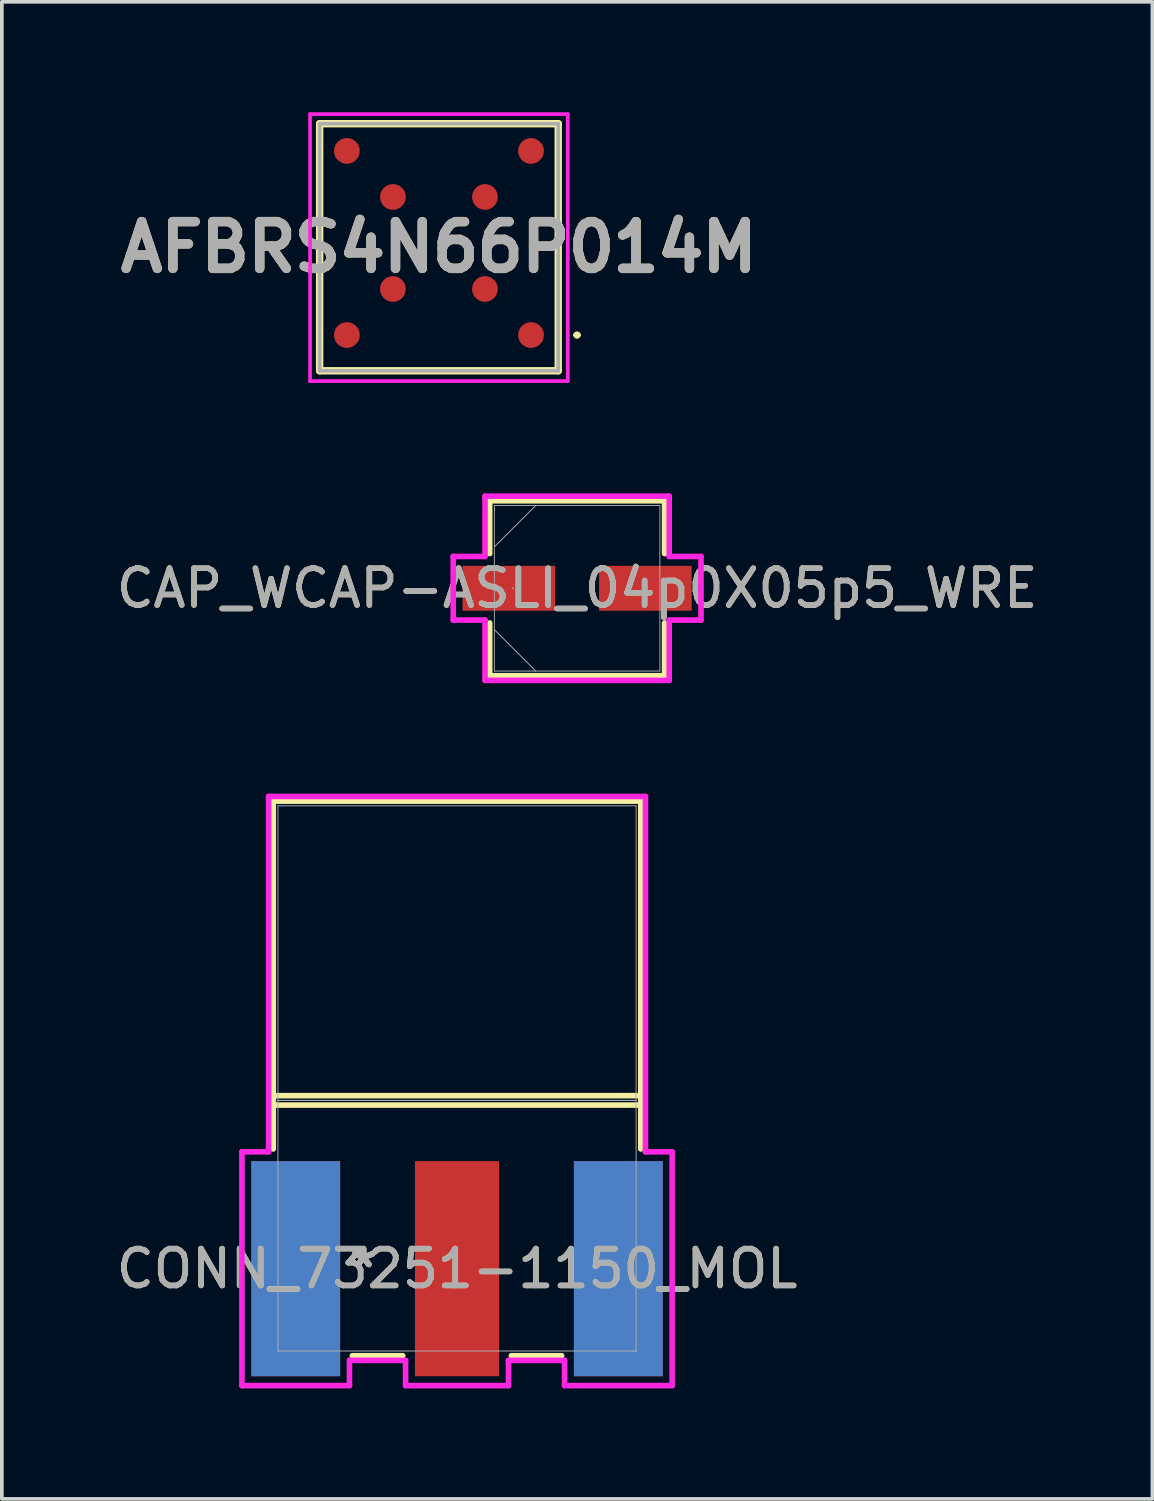
<source format=kicad_pcb>
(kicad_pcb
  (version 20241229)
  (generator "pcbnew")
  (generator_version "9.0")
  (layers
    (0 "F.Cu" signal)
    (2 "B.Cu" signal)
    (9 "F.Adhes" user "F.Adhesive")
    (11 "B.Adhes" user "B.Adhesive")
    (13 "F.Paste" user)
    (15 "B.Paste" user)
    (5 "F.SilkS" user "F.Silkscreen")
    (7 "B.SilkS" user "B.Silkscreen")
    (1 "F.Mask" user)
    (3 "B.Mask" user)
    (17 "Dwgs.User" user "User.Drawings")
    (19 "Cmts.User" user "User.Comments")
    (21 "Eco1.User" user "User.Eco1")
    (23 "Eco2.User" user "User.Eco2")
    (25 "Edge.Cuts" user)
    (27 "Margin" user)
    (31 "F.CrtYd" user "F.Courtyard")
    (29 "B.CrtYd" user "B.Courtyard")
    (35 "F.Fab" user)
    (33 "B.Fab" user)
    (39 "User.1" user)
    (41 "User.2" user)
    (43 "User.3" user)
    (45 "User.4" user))
  (footprint "CAP_WCAP-ASLI_04p0X05p5_WRE"
    (layer "F.Cu")
    (at 12.625 12.928)
    (property "Reference" "CAP_WCAP-ASLI_04p0X05p5_WRE" (at 0 0 0) (unlocked yes) (layer "F.SilkS") (effects (font (size 1 1) (thickness 0.15))))
    (attr smd)
    (fp_line (start -2.375 -2.375) (end -2.375 -0.942) (stroke (width 0.152) (type solid)) (layer "F.SilkS"))
    (fp_line (start -2.375 0.942) (end -2.375 2.375) (stroke (width 0.152) (type solid)) (layer "F.SilkS"))
    (fp_line (start -2.375 2.375) (end 2.375 2.375) (stroke (width 0.152) (type solid)) (layer "F.SilkS"))
    (fp_line (start 2.375 -2.375) (end -2.375 -2.375) (stroke (width 0.152) (type solid)) (layer "F.SilkS"))
    (fp_line (start 2.375 -0.942) (end 2.375 -2.375) (stroke (width 0.152) (type solid)) (layer "F.SilkS"))
    (fp_line (start 2.375 2.375) (end 2.375 0.942) (stroke (width 0.152) (type solid)) (layer "F.SilkS"))
    (fp_line (start -3.365 -0.864) (end -2.502 -0.864) (stroke (width 0.152) (type solid)) (layer "F.CrtYd"))
    (fp_line (start -3.365 0.864) (end -3.365 -0.864) (stroke (width 0.152) (type solid)) (layer "F.CrtYd"))
    (fp_line (start -2.502 -2.502) (end 2.502 -2.502) (stroke (width 0.152) (type solid)) (layer "F.CrtYd"))
    (fp_line (start -2.502 -0.864) (end -2.502 -2.502) (stroke (width 0.152) (type solid)) (layer "F.CrtYd"))
    (fp_line (start -2.502 0.864) (end -3.365 0.864) (stroke (width 0.152) (type solid)) (layer "F.CrtYd"))
    (fp_line (start -2.502 2.502) (end -2.502 0.864) (stroke (width 0.152) (type solid)) (layer "F.CrtYd"))
    (fp_line (start 2.502 -2.502) (end 2.502 -0.864) (stroke (width 0.152) (type solid)) (layer "F.CrtYd"))
    (fp_line (start 2.502 -0.864) (end 3.365 -0.864) (stroke (width 0.152) (type solid)) (layer "F.CrtYd"))
    (fp_line (start 2.502 0.864) (end 2.502 2.502) (stroke (width 0.152) (type solid)) (layer "F.CrtYd"))
    (fp_line (start 2.502 2.502) (end -2.502 2.502) (stroke (width 0.152) (type solid)) (layer "F.CrtYd"))
    (fp_line (start 3.365 -0.864) (end 3.365 0.864) (stroke (width 0.152) (type solid)) (layer "F.CrtYd"))
    (fp_line (start 3.365 0.864) (end 2.502 0.864) (stroke (width 0.152) (type solid)) (layer "F.CrtYd"))
    (fp_line (start -2.248 -2.248) (end -2.248 2.248) (stroke (width 0.025) (type solid)) (layer "F.Fab"))
    (fp_line (start -2.248 -1.124) (end -1.124 -2.248) (stroke (width 0.025) (type solid)) (layer "F.Fab"))
    (fp_line (start -2.248 1.124) (end -1.124 2.248) (stroke (width 0.025) (type solid)) (layer "F.Fab"))
    (fp_line (start -2.248 2.248) (end 2.248 2.248) (stroke (width 0.025) (type solid)) (layer "F.Fab"))
    (fp_line (start 2.248 -2.248) (end -2.248 -2.248) (stroke (width 0.025) (type solid)) (layer "F.Fab"))
    (fp_line (start 2.248 2.248) (end 2.248 -2.248) (stroke (width 0.025) (type solid)) (layer "F.Fab"))
    (fp_circle (center -1.74 0) (end -1.74 0) (stroke (width 0.025) (type solid)) (fill no) (layer "F.Fab"))
    (fp_text user "${REFERENCE}" (at 0 0 0) (unlocked yes) (layer "F.Fab") (effects (font (size 1 1) (thickness 0.15))))
    (pad "1" smd rect (at -1.854 0) (size 2.515 1.219) (layers "F.Cu" "F.Mask" "F.Paste"))
    (pad "2" smd rect (at 1.854 0) (size 2.515 1.219) (layers "F.Cu" "F.Mask" "F.Paste"))
    (zone (net_name "") (layer "F.Cu") (hatch full 0.508) (connect_pads) (min_thickness 0.254) (filled_areas_thickness no) (keepout (tracks not_allowed) (vias not_allowed) (pads allowed) (copperpour not_allowed) (footprints allowed)) (placement (enabled no)) (fill) (polygon (pts (xy 10.428 10.731) (xy 14.822 10.731) (xy 14.822 12.268) (xy 10.428 12.268))))
    (zone (net_name "") (layer "F.Cu") (hatch full 0.508) (connect_pads) (min_thickness 0.254) (filled_areas_thickness no) (keepout (tracks not_allowed) (vias not_allowed) (pads allowed) (copperpour not_allowed) (footprints allowed)) (placement (enabled no)) (fill) (polygon (pts (xy 10.428 13.588) (xy 14.822 13.588) (xy 14.822 15.125) (xy 10.428 15.125))))
    (zone (net_name "") (layer "F.Cu") (hatch full 0.508) (connect_pads) (min_thickness 0.254) (filled_areas_thickness no) (keepout (tracks not_allowed) (vias not_allowed) (pads allowed) (copperpour not_allowed) (footprints allowed)) (placement (enabled no)) (fill) (polygon (pts (xy 12.079 12.268) (xy 13.171 12.268) (xy 13.171 13.588) (xy 12.079 13.588)))))
  (footprint "AFBRS4N66P014M"
    (layer "F.Cu")
    (at 8.872 3.55)
    (property "Reference" "AFBRS4N66P014M" (at 0 0.115 0) (layer "F.SilkS") (effects (font (size 1.27 1.27) (thickness 0.254))))
    (attr smd)
    (fp_line (start -3.24 -3.24) (end 3.24 -3.24) (stroke (width 0.2) (type solid)) (layer "F.SilkS"))
    (fp_line (start -3.24 3.47) (end -3.24 -3.24) (stroke (width 0.2) (type solid)) (layer "F.SilkS"))
    (fp_line (start 3.24 -3.24) (end 3.24 3.47) (stroke (width 0.2) (type solid)) (layer "F.SilkS"))
    (fp_line (start 3.24 3.47) (end -3.24 3.47) (stroke (width 0.2) (type solid)) (layer "F.SilkS"))
    (fp_line (start 3.7 2.5) (end 3.7 2.5) (stroke (width 0.1) (type solid)) (layer "F.SilkS"))
    (fp_line (start 3.8 2.5) (end 3.8 2.5) (stroke (width 0.1) (type solid)) (layer "F.SilkS"))
    (fp_arc (start 3.7 2.5) (mid 3.75 2.45) (end 3.8 2.5) (stroke (width 0.1) (type solid)) (layer "F.SilkS"))
    (fp_arc (start 3.8 2.5) (mid 3.75 2.55) (end 3.7 2.5) (stroke (width 0.1) (type solid)) (layer "F.SilkS"))
    (fp_line (start -3.5 -3.5) (end 3.5 -3.5) (stroke (width 0.1) (type solid)) (layer "F.CrtYd"))
    (fp_line (start -3.5 3.75) (end -3.5 -3.5) (stroke (width 0.1) (type solid)) (layer "F.CrtYd"))
    (fp_line (start 3.5 -3.5) (end 3.5 3.75) (stroke (width 0.1) (type solid)) (layer "F.CrtYd"))
    (fp_line (start 3.5 3.75) (end -3.5 3.75) (stroke (width 0.1) (type solid)) (layer "F.CrtYd"))
    (fp_line (start -3.24 -3.24) (end 3.24 -3.24) (stroke (width 0.1) (type solid)) (layer "F.Fab"))
    (fp_line (start -3.24 3.47) (end -3.24 -3.24) (stroke (width 0.1) (type solid)) (layer "F.Fab"))
    (fp_line (start 3.24 -3.24) (end 3.24 3.47) (stroke (width 0.1) (type solid)) (layer "F.Fab"))
    (fp_line (start 3.24 3.47) (end -3.24 3.47) (stroke (width 0.1) (type solid)) (layer "F.Fab"))
    (fp_text user "${REFERENCE}" (at 0 0.115 0) (layer "F.Fab") (effects (font (size 1.27 1.27) (thickness 0.254))))
    (pad "A1" smd circle (at 2.5 2.5 90) (size 0.7 0.7) (layers "F.Cu" "F.Mask" "F.Paste"))
    (pad "A4" smd circle (at 2.5 -2.5 90) (size 0.7 0.7) (layers "F.Cu" "F.Mask" "F.Paste"))
    (pad "B2" smd circle (at 1.25 1.25 90) (size 0.7 0.7) (layers "F.Cu" "F.Mask" "F.Paste"))
    (pad "B3" smd circle (at 1.25 -1.25 90) (size 0.7 0.7) (layers "F.Cu" "F.Mask" "F.Paste"))
    (pad "C2" smd circle (at -1.25 1.25 90) (size 0.7 0.7) (layers "F.Cu" "F.Mask" "F.Paste"))
    (pad "C3" smd circle (at -1.25 -1.25 90) (size 0.7 0.7) (layers "F.Cu" "F.Mask" "F.Paste"))
    (pad "D1" smd circle (at -2.5 2.5 90) (size 0.7 0.7) (layers "F.Cu" "F.Mask" "F.Paste"))
    (pad "D4" smd circle (at -2.5 -2.5 90) (size 0.7 0.7) (layers "F.Cu" "F.Mask" "F.Paste")))
  (footprint "CONN_73251-1150_MOL"
    (layer "F.Cu")
    (at 9.363 30.241)
    (property "Reference" "CONN_73251-1150_MOL" (at 0 1.168 0) (unlocked yes) (layer "F.SilkS") (effects (font (size 1 1) (thickness 0.15))))
    (attr smd)
    (fp_line (start -4.991 -11.532) (end -4.991 -3.277) (stroke (width 0.152) (type solid)) (layer "F.SilkS"))
    (fp_line (start -4.991 -3.531) (end -4.991 -2.085) (stroke (width 0.152) (type solid)) (layer "F.SilkS"))
    (fp_line (start -4.991 -3.277) (end 4.991 -3.277) (stroke (width 0.152) (type solid)) (layer "F.SilkS"))
    (fp_line (start -2.842 3.531) (end -1.476 3.531) (stroke (width 0.152) (type solid)) (layer "F.SilkS"))
    (fp_line (start 1.476 3.531) (end 2.842 3.531) (stroke (width 0.152) (type solid)) (layer "F.SilkS"))
    (fp_line (start 4.991 -11.532) (end -4.991 -11.532) (stroke (width 0.152) (type solid)) (layer "F.SilkS"))
    (fp_line (start 4.991 -3.531) (end -4.991 -3.531) (stroke (width 0.152) (type solid)) (layer "F.SilkS"))
    (fp_line (start 4.991 -3.277) (end 4.991 -11.532) (stroke (width 0.152) (type solid)) (layer "F.SilkS"))
    (fp_line (start 4.991 -2.085) (end 4.991 -3.531) (stroke (width 0.152) (type solid)) (layer "F.SilkS"))
    (fp_line (start -5.842 -2.007) (end -5.842 4.343) (stroke (width 0.152) (type solid)) (layer "F.CrtYd"))
    (fp_line (start -5.842 4.343) (end -2.921 4.343) (stroke (width 0.152) (type solid)) (layer "F.CrtYd"))
    (fp_line (start -5.118 -11.659) (end -5.118 -2.007) (stroke (width 0.152) (type solid)) (layer "F.CrtYd"))
    (fp_line (start -5.118 -2.007) (end -5.842 -2.007) (stroke (width 0.152) (type solid)) (layer "F.CrtYd"))
    (fp_line (start -2.921 3.658) (end -1.397 3.658) (stroke (width 0.152) (type solid)) (layer "F.CrtYd"))
    (fp_line (start -2.921 4.343) (end -2.921 3.658) (stroke (width 0.152) (type solid)) (layer "F.CrtYd"))
    (fp_line (start -1.397 3.658) (end -1.397 4.343) (stroke (width 0.152) (type solid)) (layer "F.CrtYd"))
    (fp_line (start -1.397 4.343) (end 1.397 4.343) (stroke (width 0.152) (type solid)) (layer "F.CrtYd"))
    (fp_line (start 1.397 3.658) (end 2.921 3.658) (stroke (width 0.152) (type solid)) (layer "F.CrtYd"))
    (fp_line (start 1.397 4.343) (end 1.397 3.658) (stroke (width 0.152) (type solid)) (layer "F.CrtYd"))
    (fp_line (start 2.921 3.658) (end 2.921 4.343) (stroke (width 0.152) (type solid)) (layer "F.CrtYd"))
    (fp_line (start 2.921 4.343) (end 5.842 4.343) (stroke (width 0.152) (type solid)) (layer "F.CrtYd"))
    (fp_line (start 5.118 -11.659) (end -5.118 -11.659) (stroke (width 0.152) (type solid)) (layer "F.CrtYd"))
    (fp_line (start 5.118 -2.007) (end 5.118 -11.659) (stroke (width 0.152) (type solid)) (layer "F.CrtYd"))
    (fp_line (start 5.842 -2.007) (end 5.118 -2.007) (stroke (width 0.152) (type solid)) (layer "F.CrtYd"))
    (fp_line (start 5.842 4.343) (end 5.842 -2.007) (stroke (width 0.152) (type solid)) (layer "F.CrtYd"))
    (fp_line (start -4.864 -11.405) (end -4.864 -3.404) (stroke (width 0.025) (type solid)) (layer "F.Fab"))
    (fp_line (start -4.864 -3.404) (end -4.864 3.404) (stroke (width 0.025) (type solid)) (layer "F.Fab"))
    (fp_line (start -4.864 -3.404) (end 4.864 -3.404) (stroke (width 0.025) (type solid)) (layer "F.Fab"))
    (fp_line (start -4.864 3.404) (end 4.864 3.404) (stroke (width 0.025) (type solid)) (layer "F.Fab"))
    (fp_line (start 4.864 -11.405) (end -4.864 -11.405) (stroke (width 0.025) (type solid)) (layer "F.Fab"))
    (fp_line (start 4.864 -3.404) (end -4.864 -3.404) (stroke (width 0.025) (type solid)) (layer "F.Fab"))
    (fp_line (start 4.864 -3.404) (end 4.864 -11.405) (stroke (width 0.025) (type solid)) (layer "F.Fab"))
    (fp_line (start 4.864 3.404) (end 4.864 -3.404) (stroke (width 0.025) (type solid)) (layer "F.Fab"))
    (fp_text user "*" (at -2.54 1.168 0) (unlocked yes) (layer "F.SilkS") (effects (font (size 1 1) (thickness 0.15))))
    (fp_text user "*" (at -2.54 1.168 0) (layer "F.SilkS") (effects (font (size 1 1) (thickness 0.15))))
    (fp_text user "${REFERENCE}" (at 0 1.168 0) (unlocked yes) (layer "F.Fab") (effects (font (size 1 1) (thickness 0.15))))
    (fp_text user "*" (at -2.54 1.168 0) (unlocked yes) (layer "F.Fab") (effects (font (size 1 1) (thickness 0.15))))
    (fp_text user "*" (at -2.54 1.168 0) (layer "F.Fab") (effects (font (size 1 1) (thickness 0.15))))
    (pad "1" smd rect (at 0 1.168) (size 2.286 5.842) (layers "F.Cu" "F.Mask" "F.Paste"))
    (pad "2" smd rect (at -4.381 1.168) (size 2.413 5.842) (layers "F.Cu" "F.Mask" "F.Paste"))
    (pad "2" smd rect (at -4.381 1.168) (size 2.413 5.842) (layers "B.Cu" "B.Mask" "B.Paste"))
    (pad "2" smd rect (at 4.381 1.168) (size 2.413 5.842) (layers "F.Cu" "F.Mask" "F.Paste"))
    (pad "2" smd rect (at 4.381 1.168) (size 2.413 5.842) (layers "B.Cu" "B.Mask" "B.Paste")))
  (gr_rect
    (start -3 -3)
    (end 28.25 37.661)
    (stroke (width 0.1) (type default))
    (fill no)
    (layer "Edge.Cuts")))
</source>
